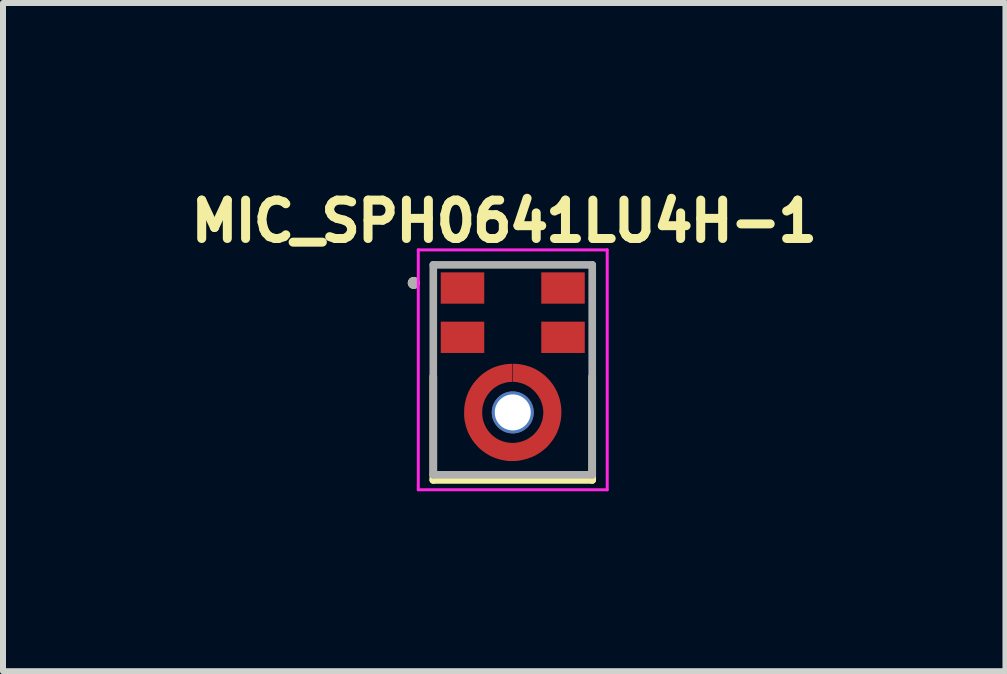
<source format=kicad_pcb>
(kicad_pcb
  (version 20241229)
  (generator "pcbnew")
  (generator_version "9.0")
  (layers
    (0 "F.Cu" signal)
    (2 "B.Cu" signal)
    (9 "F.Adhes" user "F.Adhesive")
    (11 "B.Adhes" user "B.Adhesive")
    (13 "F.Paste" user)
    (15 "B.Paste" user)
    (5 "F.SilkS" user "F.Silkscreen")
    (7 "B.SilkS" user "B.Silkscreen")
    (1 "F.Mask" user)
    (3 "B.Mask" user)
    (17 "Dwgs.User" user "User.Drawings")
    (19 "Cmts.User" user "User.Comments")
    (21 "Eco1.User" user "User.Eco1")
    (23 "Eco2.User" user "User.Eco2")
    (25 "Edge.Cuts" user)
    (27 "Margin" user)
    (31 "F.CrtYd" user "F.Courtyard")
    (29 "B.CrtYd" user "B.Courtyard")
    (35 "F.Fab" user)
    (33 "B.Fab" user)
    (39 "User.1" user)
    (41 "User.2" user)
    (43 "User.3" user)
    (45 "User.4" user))
  (footprint "MIC_SPH0641LU4H-1"
    (layer "F.Cu")
    (at 5.499 3.826)
    (property "Reference" "MIC_SPH0641LU4H-1" (at -0.142 -3.188 0) (layer "F.SilkS") (effects (font (size 0.64 0.64) (thickness 0.15))))
    (attr through_hole)
    (fp_circle (center 0 0) (end 0.65 0) (stroke (width 0.3) (type solid)) (fill no) (layer "F.Mask"))
    (fp_line (start -1.325 1.126) (end -1.325 -0.6) (stroke (width 0.127) (type solid)) (layer "F.SilkS"))
    (fp_line (start 1.325 -0.6) (end 1.325 1.126) (stroke (width 0.127) (type solid)) (layer "F.SilkS"))
    (fp_line (start 1.325 1.126) (end -1.325 1.126) (stroke (width 0.127) (type solid)) (layer "F.SilkS"))
    (fp_circle (center -1.651 -2.159) (end -1.601 -2.159) (stroke (width 0.1) (type solid)) (fill no) (layer "F.SilkS"))
    (fp_poly (pts (xy -0.53 0.38) (xy -0.425 0.28) (xy -0.46 0.23) (xy -0.5 0.12) (xy -0.514 0) (xy -0.5 -0.12) (xy -0.462 -0.225) (xy -0.426 -0.288) (xy -0.525 -0.385) (xy -0.64 -0.5) (xy -0.705 -0.405) (xy -0.75 -0.31) (xy -0.78 -0.22) (xy -0.8 -0.14) (xy -0.81 0) (xy -0.796 0.16) (xy -0.75 0.31) (xy -0.69 0.425) (xy -0.645 0.495)) (stroke (width 0.001) (type solid)) (fill yes) (layer "F.Paste"))
    (fp_poly (pts (xy 0.53 -0.375) (xy 0.435 -0.28) (xy 0.46 -0.23) (xy 0.485 -0.175) (xy 0.5 -0.12) (xy 0.51 -0.06) (xy 0.514 0) (xy 0.5 0.12) (xy 0.462 0.225) (xy 0.426 0.283) (xy 0.525 0.385) (xy 0.64 0.5) (xy 0.7 0.41) (xy 0.75 0.31) (xy 0.78 0.23) (xy 0.8 0.14) (xy 0.81 0) (xy 0.796 -0.16) (xy 0.75 -0.31) (xy 0.7 -0.415) (xy 0.645 -0.49)) (stroke (width 0.001) (type solid)) (fill yes) (layer "F.Paste"))
    (fp_poly (pts (xy 0.385 0.53) (xy 0.28 0.425) (xy 0.23 0.46) (xy 0.12 0.5) (xy 0 0.514) (xy -0.12 0.5) (xy -0.225 0.462) (xy -0.283 0.421) (xy -0.38 0.52) (xy -0.5 0.64) (xy -0.405 0.705) (xy -0.31 0.75) (xy -0.23 0.78) (xy -0.14 0.8) (xy -0.06 0.81) (xy 0 0.81) (xy 0.065 0.81) (xy 0.16 0.796) (xy 0.235 0.78) (xy 0.31 0.75) (xy 0.405 0.705) (xy 0.5 0.64)) (stroke (width 0.001) (type solid)) (fill yes) (layer "F.Paste"))
    (fp_poly (pts (xy -0.385 -0.53) (xy -0.285 -0.43) (xy -0.23 -0.465) (xy -0.12 -0.505) (xy -0.12 -0.51) (xy -0.11 -0.505) (xy -0.005 -0.52) (xy 0.005 -0.524) (xy 0.005 -0.52) (xy 0.125 -0.505) (xy 0.225 -0.462) (xy 0.293 -0.426) (xy 0.39 -0.525) (xy 0.505 -0.635) (xy 0.41 -0.7) (xy 0.31 -0.75) (xy 0.22 -0.78) (xy 0.14 -0.8) (xy 0 -0.81) (xy -0.16 -0.796) (xy -0.31 -0.75) (xy -0.4 -0.705) (xy -0.5 -0.64)) (stroke (width 0.001) (type solid)) (fill yes) (layer "F.Paste"))
    (fp_line (start -1.575 -2.71) (end 1.575 -2.71) (stroke (width 0.05) (type solid)) (layer "F.CrtYd"))
    (fp_line (start -1.575 1.29) (end -1.575 -2.71) (stroke (width 0.05) (type solid)) (layer "F.CrtYd"))
    (fp_line (start 1.575 -2.71) (end 1.575 1.29) (stroke (width 0.05) (type solid)) (layer "F.CrtYd"))
    (fp_line (start 1.575 1.29) (end -1.575 1.29) (stroke (width 0.05) (type solid)) (layer "F.CrtYd"))
    (fp_line (start -1.325 -2.46) (end 1.325 -2.46) (stroke (width 0.127) (type solid)) (layer "F.Fab"))
    (fp_line (start -1.325 1.04) (end -1.325 -2.46) (stroke (width 0.127) (type solid)) (layer "F.Fab"))
    (fp_line (start 1.325 -2.46) (end 1.325 1.04) (stroke (width 0.127) (type solid)) (layer "F.Fab"))
    (fp_line (start 1.325 1.04) (end -1.325 1.04) (stroke (width 0.127) (type solid)) (layer "F.Fab"))
    (fp_circle (center -1.651 -2.159) (end -1.601 -2.159) (stroke (width 0.1) (type solid)) (fill no) (layer "F.Fab"))
    (pad "" np_thru_hole circle (at 0 0) (size 0.7 0.7) (drill 0.6) (layers "*.Cu" "*.Mask"))
    (pad "1" smd rect (at -0.838 -2.074) (size 0.725 0.522) (layers "F.Cu" "F.Mask" "F.Paste"))
    (pad "2" smd rect (at -0.838 -1.252) (size 0.725 0.522) (layers "F.Cu" "F.Mask" "F.Paste"))
    (pad "3" smd custom (at 0.656 -0.013) (size 0.1 0.1) (layers "F.Cu") (options (anchor rect)) (primitives (gr_poly (pts (xy -0.661 -0.497) (xy -0.661 -0.797) (xy -0.705 -0.796) (xy -0.747 -0.793) (xy -0.789 -0.787) (xy -0.83 -0.779) (xy -0.871 -0.77) (xy -0.911 -0.758) (xy -0.951 -0.745) (xy -0.99 -0.729) (xy -1.028 -0.711) (xy -1.065 -0.69) (xy -1.101 -0.668) (xy -1.135 -0.644) (xy -1.169 -0.619) (xy -1.2 -0.592) (xy -1.231 -0.562) (xy -1.26 -0.531) (xy -1.287 -0.5) (xy -1.313 -0.467) (xy -1.337 -0.432) (xy -1.358 -0.397) (xy -1.379 -0.359) (xy -1.397 -0.322) (xy -1.413 -0.282) (xy -1.427 -0.242) (xy -1.439 -0.203) (xy -1.448 -0.162) (xy -1.456 -0.12) (xy -1.462 -0.079) (xy -1.465 -0.036) (xy -1.466 0.003) (xy -1.466 0.072) (xy -1.463 0.104) (xy -1.459 0.142) (xy -1.452 0.18) (xy -1.443 0.218) (xy -1.433 0.256) (xy -1.421 0.292) (xy -1.407 0.329) (xy -1.392 0.363) (xy -1.374 0.399) (xy -1.356 0.431) (xy -1.335 0.465) (xy -1.313 0.496) (xy -1.289 0.526) (xy -1.264 0.556) (xy -1.238 0.585) (xy -1.21 0.612) (xy -1.181 0.637) (xy -1.151 0.661) (xy -1.12 0.683) (xy -1.087 0.705) (xy -1.054 0.725) (xy -1.02 0.743) (xy -0.985 0.758) (xy -0.949 0.772) (xy -0.912 0.785) (xy -0.875 0.796) (xy -0.838 0.805) (xy -0.8 0.812) (xy -0.761 0.819) (xy -0.716 0.823) (xy -0.656 0.823) (xy -0.614 0.822) (xy -0.571 0.819) (xy -0.529 0.812) (xy -0.488 0.804) (xy -0.446 0.794) (xy -0.406 0.782) (xy -0.366 0.768) (xy -0.327 0.752) (xy -0.288 0.735) (xy -0.251 0.714) (xy -0.215 0.692) (xy -0.18 0.667) (xy -0.146 0.641) (xy -0.114 0.615) (xy -0.083 0.586) (xy -0.054 0.554) (xy -0.027 0.522) (xy -0.001 0.488) (xy 0.023 0.454) (xy 0.045 0.417) (xy 0.066 0.381) (xy 0.084 0.342) (xy 0.1 0.302) (xy 0.114 0.263) (xy 0.126 0.223) (xy 0.136 0.18) (xy 0.144 0.14) (xy 0.15 0.098) (xy 0.153 0.054) (xy 0.154 0.013) (xy 0.154 0.003) (xy 0.153 -0.036) (xy 0.15 -0.079) (xy 0.144 -0.12) (xy 0.136 -0.162) (xy 0.127 -0.203) (xy 0.115 -0.242) (xy 0.101 -0.282) (xy 0.085 -0.322) (xy 0.067 -0.359) (xy 0.046 -0.397) (xy 0.025 -0.432) (xy 0.001 -0.467) (xy -0.025 -0.5) (xy -0.052 -0.531) (xy -0.081 -0.562) (xy -0.112 -0.592) (xy -0.143 -0.619) (xy -0.177 -0.644) (xy -0.211 -0.668) (xy -0.247 -0.69) (xy -0.284 -0.711) (xy -0.322 -0.729) (xy -0.361 -0.745) (xy -0.401 -0.758) (xy -0.441 -0.77) (xy -0.482 -0.779) (xy -0.523 -0.787) (xy -0.565 -0.793) (xy -0.607 -0.796) (xy -0.651 -0.797) (xy -0.651 -0.497) (xy -0.636 -0.497) (xy -0.607 -0.494) (xy -0.581 -0.491) (xy -0.556 -0.486) (xy -0.531 -0.48) (xy -0.507 -0.472) (xy -0.483 -0.465) (xy -0.459 -0.455) (xy -0.436 -0.444) (xy -0.413 -0.432) (xy -0.391 -0.419) (xy -0.37 -0.405) (xy -0.349 -0.39) (xy -0.33 -0.373) (xy -0.311 -0.356) (xy -0.292 -0.339) (xy -0.275 -0.32) (xy -0.259 -0.3) (xy -0.243 -0.28) (xy -0.229 -0.259) (xy -0.216 -0.236) (xy -0.203 -0.214) (xy -0.192 -0.192) (xy -0.182 -0.168) (xy -0.173 -0.143) (xy -0.166 -0.119) (xy -0.159 -0.095) (xy -0.154 -0.07) (xy -0.15 -0.044) (xy -0.147 -0.019) (xy -0.146 0.003) (xy -0.146 0.025) (xy -0.148 0.052) (xy -0.151 0.08) (xy -0.155 0.105) (xy -0.161 0.133) (xy -0.168 0.159) (xy -0.177 0.183) (xy -0.187 0.208) (xy -0.198 0.234) (xy -0.211 0.258) (xy -0.224 0.281) (xy -0.239 0.302) (xy -0.255 0.325) (xy -0.272 0.345) (xy -0.291 0.365) (xy -0.31 0.385) (xy -0.33 0.403) (xy -0.351 0.418) (xy -0.373 0.434) (xy -0.396 0.449) (xy -0.419 0.463) (xy -0.443 0.474) (xy -0.468 0.485) (xy -0.493 0.494) (xy -0.519 0.502) (xy -0.545 0.509) (xy -0.572 0.514) (xy -0.598 0.518) (xy -0.625 0.521) (xy -0.656 0.522) (xy -0.666 0.522) (xy -0.696 0.521) (xy -0.723 0.518) (xy -0.749 0.514) (xy -0.775 0.509) (xy -0.8 0.502) (xy -0.825 0.495) (xy -0.85 0.485) (xy -0.874 0.475) (xy -0.898 0.464) (xy -0.921 0.451) (xy -0.943 0.436) (xy -0.965 0.42) (xy -0.986 0.405) (xy -1.005 0.387) (xy -1.024 0.368) (xy -1.042 0.348) (xy -1.059 0.329) (xy -1.075 0.307) (xy -1.089 0.285) (xy -1.103 0.263) (xy -1.115 0.238) (xy -1.126 0.214) (xy -1.136 0.191) (xy -1.144 0.166) (xy -1.151 0.14) (xy -1.157 0.114) (xy -1.161 0.087) (xy -1.164 0.061) (xy -1.166 0.035) (xy -1.166 0.013) (xy -1.165 -0.017) (xy -1.163 -0.043) (xy -1.16 -0.07) (xy -1.155 -0.096) (xy -1.149 -0.121) (xy -1.141 -0.146) (xy -1.132 -0.172) (xy -1.122 -0.197) (xy -1.111 -0.221) (xy -1.098 -0.243) (xy -1.084 -0.267) (xy -1.069 -0.288) (xy -1.053 -0.309) (xy -1.036 -0.33) (xy -1.017 -0.348) (xy -0.998 -0.367) (xy -0.978 -0.385) (xy -0.957 -0.401) (xy -0.935 -0.415) (xy -0.912 -0.429) (xy -0.889 -0.443) (xy -0.865 -0.454) (xy -0.84 -0.464) (xy -0.815 -0.472) (xy -0.79 -0.48) (xy -0.764 -0.486) (xy -0.738 -0.491) (xy -0.712 -0.494) (xy -0.685 -0.496) (xy -0.661 -0.497)) (width 0.001) (fill yes))))
    (pad "4" smd rect (at 0.838 -1.252) (size 0.725 0.522) (layers "F.Cu" "F.Mask" "F.Paste"))
    (pad "5" smd rect (at 0.838 -2.074) (size 0.725 0.522) (layers "F.Cu" "F.Mask" "F.Paste")))
  (gr_rect
    (start -3 -3)
    (end 13.714 8.141)
    (stroke (width 0.1) (type default))
    (fill no)
    (layer "Edge.Cuts")))
</source>
